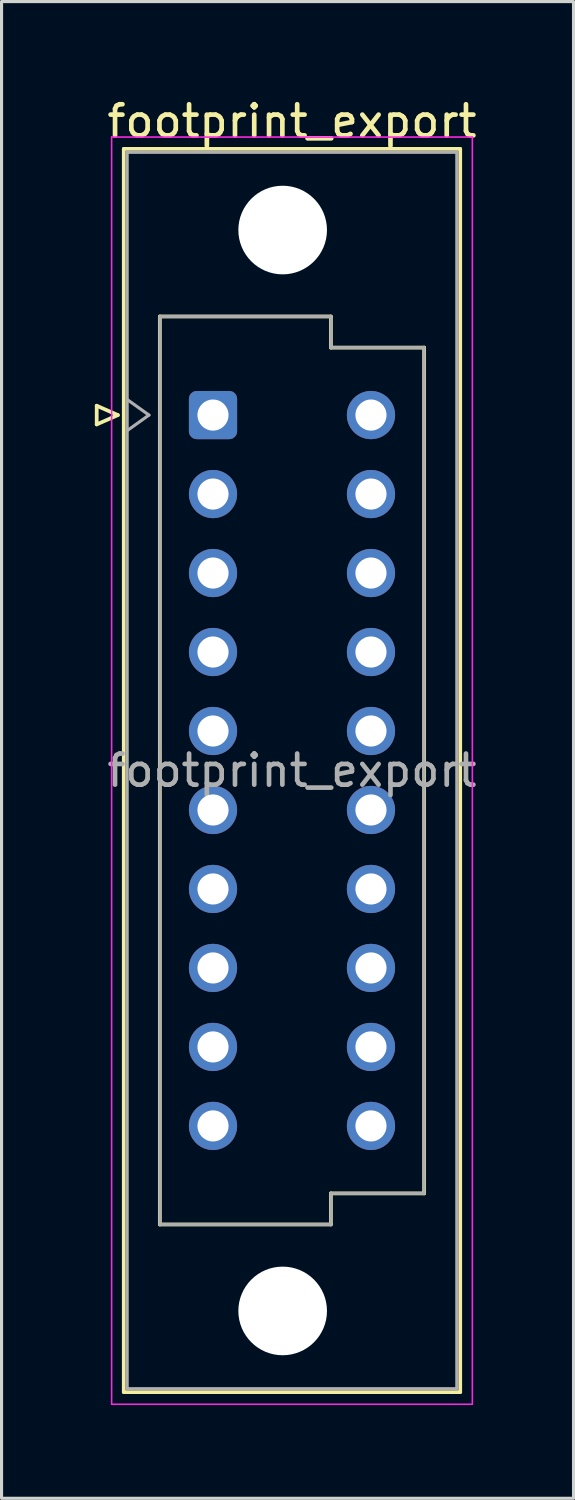
<source format=kicad_pcb>
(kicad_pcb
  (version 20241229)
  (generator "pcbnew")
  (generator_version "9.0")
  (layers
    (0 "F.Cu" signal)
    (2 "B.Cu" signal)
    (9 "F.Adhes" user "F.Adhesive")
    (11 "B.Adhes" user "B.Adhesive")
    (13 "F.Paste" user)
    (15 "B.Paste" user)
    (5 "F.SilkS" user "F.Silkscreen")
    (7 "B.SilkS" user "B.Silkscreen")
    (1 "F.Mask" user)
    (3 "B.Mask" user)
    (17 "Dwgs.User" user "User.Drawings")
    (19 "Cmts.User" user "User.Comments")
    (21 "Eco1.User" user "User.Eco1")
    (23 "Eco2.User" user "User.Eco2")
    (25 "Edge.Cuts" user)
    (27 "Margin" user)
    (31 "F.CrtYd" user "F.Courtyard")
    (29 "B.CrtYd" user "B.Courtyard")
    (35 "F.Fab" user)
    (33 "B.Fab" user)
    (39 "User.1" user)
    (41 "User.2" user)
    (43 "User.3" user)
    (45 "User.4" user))
  (footprint "footprint_export"
    (layer "F.Cu")
    (at 3.8 10.298)
    (property "Reference" "footprint_export" (at 2.54 -9.45 0) (layer "F.SilkS") (effects (font (size 1 1) (thickness 0.15))))
    (attr through_hole)
    (fp_line (start -3.74 -0.3) (end -3.74 0.3) (stroke (width 0.12) (type solid)) (layer "F.SilkS"))
    (fp_line (start -3.74 0.3) (end -3.06 0) (stroke (width 0.12) (type solid)) (layer "F.SilkS"))
    (fp_line (start -3.06 0) (end -3.74 -0.3) (stroke (width 0.12) (type solid)) (layer "F.SilkS"))
    (fp_line (start -2.87 -8.56) (end 7.95 -8.56) (stroke (width 0.12) (type solid)) (layer "F.SilkS"))
    (fp_line (start -2.87 31.42) (end -2.87 -8.56) (stroke (width 0.12) (type solid)) (layer "F.SilkS"))
    (fp_line (start -1.71 -3.17) (end 3.79 -3.17) (stroke (width 0.12) (type solid)) (layer "F.SilkS"))
    (fp_line (start -1.71 26.03) (end -1.71 -3.17) (stroke (width 0.12) (type solid)) (layer "F.SilkS"))
    (fp_line (start 3.79 -3.17) (end 3.79 -2.17) (stroke (width 0.12) (type solid)) (layer "F.SilkS"))
    (fp_line (start 3.79 -2.17) (end 6.79 -2.17) (stroke (width 0.12) (type solid)) (layer "F.SilkS"))
    (fp_line (start 3.79 25.03) (end 3.79 26.03) (stroke (width 0.12) (type solid)) (layer "F.SilkS"))
    (fp_line (start 3.79 26.03) (end -1.71 26.03) (stroke (width 0.12) (type solid)) (layer "F.SilkS"))
    (fp_line (start 6.79 -2.17) (end 6.79 25.03) (stroke (width 0.12) (type solid)) (layer "F.SilkS"))
    (fp_line (start 6.79 25.03) (end 3.79 25.03) (stroke (width 0.12) (type solid)) (layer "F.SilkS"))
    (fp_line (start 7.95 -8.56) (end 7.95 31.42) (stroke (width 0.12) (type solid)) (layer "F.SilkS"))
    (fp_line (start 7.95 31.42) (end -2.87 31.42) (stroke (width 0.12) (type solid)) (layer "F.SilkS"))
    (fp_line (start -3.26 -8.94) (end 8.34 -8.94) (stroke (width 0.05) (type solid)) (layer "F.CrtYd"))
    (fp_line (start -3.26 31.81) (end -3.26 -8.94) (stroke (width 0.05) (type solid)) (layer "F.CrtYd"))
    (fp_line (start 8.34 -8.94) (end 8.34 31.81) (stroke (width 0.05) (type solid)) (layer "F.CrtYd"))
    (fp_line (start 8.34 31.81) (end -3.26 31.81) (stroke (width 0.05) (type solid)) (layer "F.CrtYd"))
    (fp_line (start -2.76 -8.45) (end 7.84 -8.45) (stroke (width 0.1) (type solid)) (layer "F.Fab"))
    (fp_line (start -2.76 -0.5) (end -2.06 0) (stroke (width 0.1) (type solid)) (layer "F.Fab"))
    (fp_line (start -2.76 31.31) (end -2.76 -8.45) (stroke (width 0.1) (type solid)) (layer "F.Fab"))
    (fp_line (start -2.06 0) (end -2.76 0.5) (stroke (width 0.1) (type solid)) (layer "F.Fab"))
    (fp_line (start -1.71 -3.17) (end 3.79 -3.17) (stroke (width 0.1) (type solid)) (layer "F.Fab"))
    (fp_line (start -1.71 26.03) (end -1.71 -3.17) (stroke (width 0.1) (type solid)) (layer "F.Fab"))
    (fp_line (start 3.79 -3.17) (end 3.79 -2.17) (stroke (width 0.1) (type solid)) (layer "F.Fab"))
    (fp_line (start 3.79 -2.17) (end 6.79 -2.17) (stroke (width 0.1) (type solid)) (layer "F.Fab"))
    (fp_line (start 3.79 25.03) (end 3.79 26.03) (stroke (width 0.1) (type solid)) (layer "F.Fab"))
    (fp_line (start 3.79 26.03) (end -1.71 26.03) (stroke (width 0.1) (type solid)) (layer "F.Fab"))
    (fp_line (start 6.79 -2.17) (end 6.79 25.03) (stroke (width 0.1) (type solid)) (layer "F.Fab"))
    (fp_line (start 6.79 25.03) (end 3.79 25.03) (stroke (width 0.1) (type solid)) (layer "F.Fab"))
    (fp_line (start 7.84 -8.45) (end 7.84 31.31) (stroke (width 0.1) (type solid)) (layer "F.Fab"))
    (fp_line (start 7.84 31.31) (end -2.76 31.31) (stroke (width 0.1) (type solid)) (layer "F.Fab"))
    (fp_text user "${REFERENCE}" (at 2.54 11.43 0) (layer "F.Fab") (effects (font (size 1 1) (thickness 0.15))))
    (pad "" np_thru_hole circle (at 2.24 -5.95) (size 2.85 2.85) (drill 2.85) (layers "*.Cu" "*.Mask"))
    (pad "" np_thru_hole circle (at 2.24 28.81) (size 2.85 2.85) (drill 2.85) (layers "*.Cu" "*.Mask"))
    (pad "a1" thru_hole roundrect (at 0 0) (size 1.55 1.55) (drill 1) (layers "*.Cu" "*.Mask") (roundrect_rratio 0.161))
    (pad "a2" thru_hole circle (at 0 2.54) (size 1.55 1.55) (drill 1) (layers "*.Cu" "*.Mask"))
    (pad "a3" thru_hole circle (at 0 5.08) (size 1.55 1.55) (drill 1) (layers "*.Cu" "*.Mask"))
    (pad "a4" thru_hole circle (at 0 7.62) (size 1.55 1.55) (drill 1) (layers "*.Cu" "*.Mask"))
    (pad "a5" thru_hole circle (at 0 10.16) (size 1.55 1.55) (drill 1) (layers "*.Cu" "*.Mask"))
    (pad "a6" thru_hole circle (at 0 12.7) (size 1.55 1.55) (drill 1) (layers "*.Cu" "*.Mask"))
    (pad "a7" thru_hole circle (at 0 15.24) (size 1.55 1.55) (drill 1) (layers "*.Cu" "*.Mask"))
    (pad "a8" thru_hole circle (at 0 17.78) (size 1.55 1.55) (drill 1) (layers "*.Cu" "*.Mask"))
    (pad "a9" thru_hole circle (at 0 20.32) (size 1.55 1.55) (drill 1) (layers "*.Cu" "*.Mask"))
    (pad "a10" thru_hole circle (at 0 22.86) (size 1.55 1.55) (drill 1) (layers "*.Cu" "*.Mask"))
    (pad "c1" thru_hole circle (at 5.08 0) (size 1.55 1.55) (drill 1) (layers "*.Cu" "*.Mask"))
    (pad "c2" thru_hole circle (at 5.08 2.54) (size 1.55 1.55) (drill 1) (layers "*.Cu" "*.Mask"))
    (pad "c3" thru_hole circle (at 5.08 5.08) (size 1.55 1.55) (drill 1) (layers "*.Cu" "*.Mask"))
    (pad "c4" thru_hole circle (at 5.08 7.62) (size 1.55 1.55) (drill 1) (layers "*.Cu" "*.Mask"))
    (pad "c5" thru_hole circle (at 5.08 10.16) (size 1.55 1.55) (drill 1) (layers "*.Cu" "*.Mask"))
    (pad "c6" thru_hole circle (at 5.08 12.7) (size 1.55 1.55) (drill 1) (layers "*.Cu" "*.Mask"))
    (pad "c7" thru_hole circle (at 5.08 15.24) (size 1.55 1.55) (drill 1) (layers "*.Cu" "*.Mask"))
    (pad "c8" thru_hole circle (at 5.08 17.78) (size 1.55 1.55) (drill 1) (layers "*.Cu" "*.Mask"))
    (pad "c9" thru_hole circle (at 5.08 20.32) (size 1.55 1.55) (drill 1) (layers "*.Cu" "*.Mask"))
    (pad "c10" thru_hole circle (at 5.08 22.86) (size 1.55 1.55) (drill 1) (layers "*.Cu" "*.Mask")))
  (gr_rect
    (start -3 -3)
    (end 15.394 45.133)
    (stroke (width 0.1) (type default))
    (fill no)
    (layer "Edge.Cuts")))
</source>
